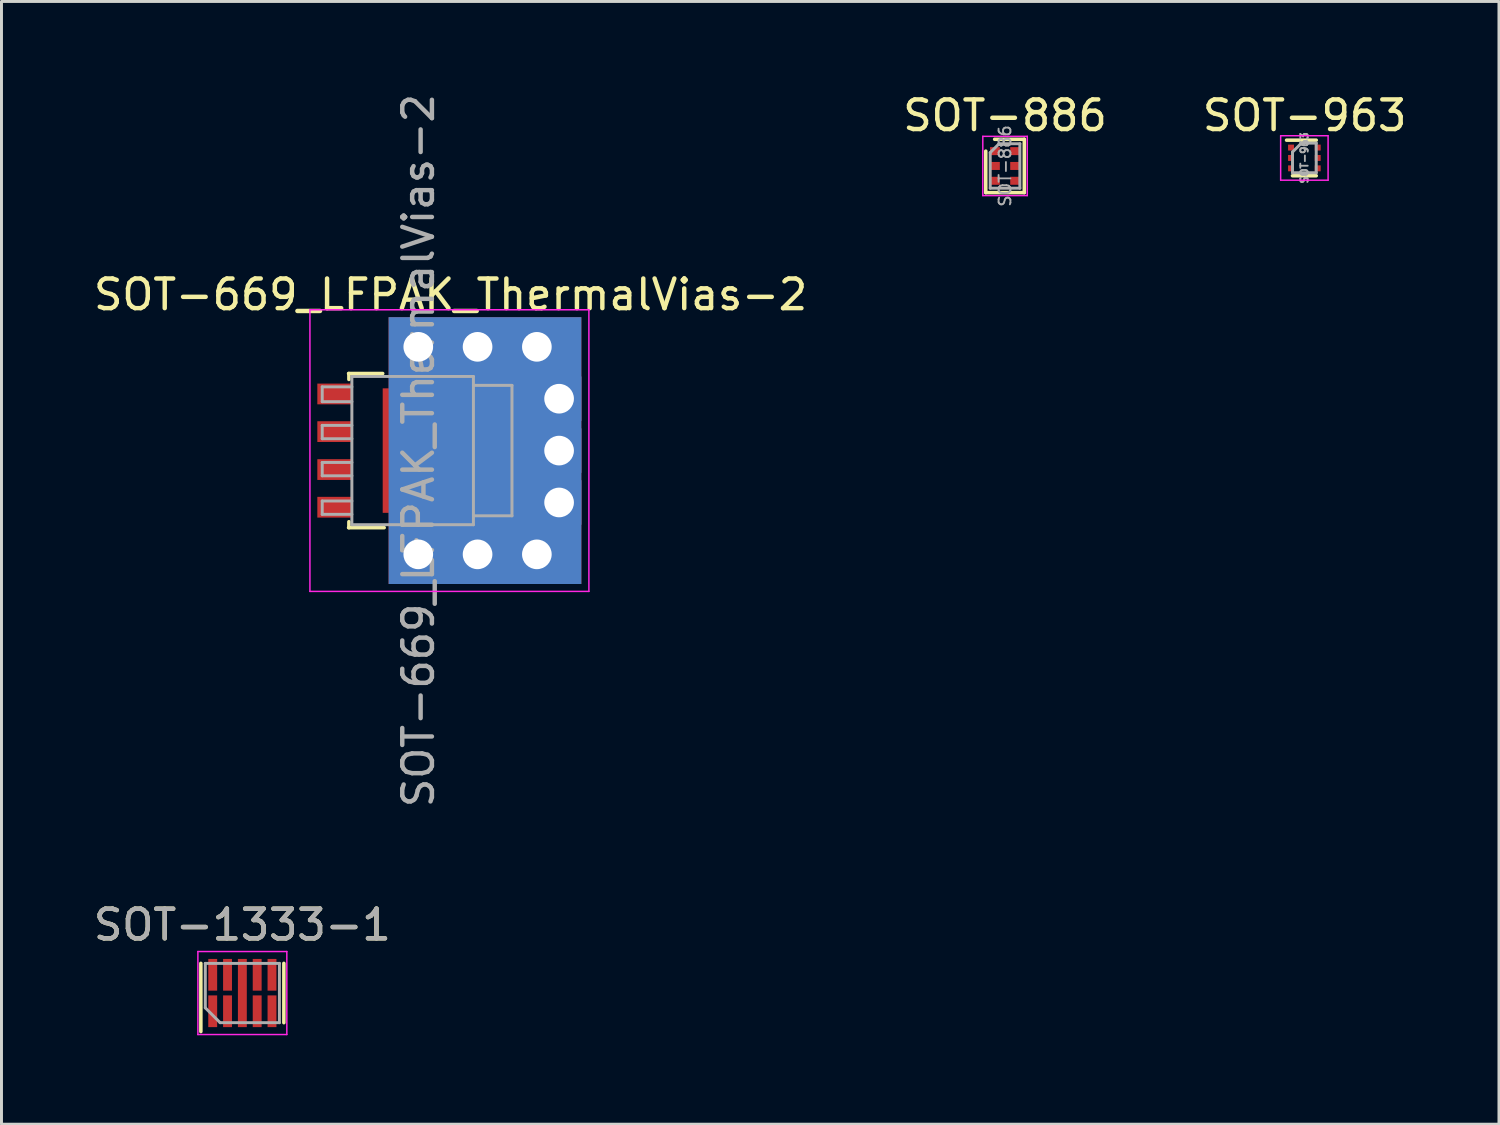
<source format=kicad_pcb>
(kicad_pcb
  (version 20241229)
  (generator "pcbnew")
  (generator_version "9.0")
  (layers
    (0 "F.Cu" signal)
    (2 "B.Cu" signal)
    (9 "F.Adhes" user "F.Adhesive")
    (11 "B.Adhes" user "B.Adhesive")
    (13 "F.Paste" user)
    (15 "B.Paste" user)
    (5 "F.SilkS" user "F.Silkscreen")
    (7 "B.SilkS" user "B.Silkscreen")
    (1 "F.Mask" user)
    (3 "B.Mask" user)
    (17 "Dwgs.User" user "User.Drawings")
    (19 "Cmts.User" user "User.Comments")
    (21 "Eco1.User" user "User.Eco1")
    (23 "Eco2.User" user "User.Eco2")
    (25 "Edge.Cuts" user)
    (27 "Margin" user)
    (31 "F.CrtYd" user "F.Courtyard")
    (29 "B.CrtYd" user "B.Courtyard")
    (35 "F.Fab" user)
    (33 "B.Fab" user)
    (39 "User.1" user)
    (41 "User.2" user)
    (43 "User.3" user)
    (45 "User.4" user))
  (footprint "SOT-886"
    (layer "F.Cu")
    (at 30.851 2.548)
    (property "Reference" "SOT-886" (at 0 -1.7 180) (layer "F.SilkS") (effects (font (size 1 1) (thickness 0.15))))
    (attr smd)
    (fp_line (start -0.65 -0.5) (end -0.65 0.9) (stroke (width 0.12) (type solid)) (layer "F.SilkS"))
    (fp_line (start -0.65 0.9) (end 0.65 0.9) (stroke (width 0.12) (type solid)) (layer "F.SilkS"))
    (fp_line (start 0.65 -0.9) (end -0.35 -0.9) (stroke (width 0.12) (type solid)) (layer "F.SilkS"))
    (fp_line (start 0.65 0.9) (end 0.65 -0.9) (stroke (width 0.12) (type solid)) (layer "F.SilkS"))
    (fp_line (start -0.75 -1) (end -0.75 1) (stroke (width 0.05) (type solid)) (layer "F.CrtYd"))
    (fp_line (start -0.75 -1) (end 0.75 -1) (stroke (width 0.05) (type solid)) (layer "F.CrtYd"))
    (fp_line (start 0.75 1) (end -0.75 1) (stroke (width 0.05) (type solid)) (layer "F.CrtYd"))
    (fp_line (start 0.75 1) (end 0.75 -1) (stroke (width 0.05) (type solid)) (layer "F.CrtYd"))
    (fp_line (start -0.5 -0.45) (end -0.5 0.75) (stroke (width 0.1) (type solid)) (layer "F.Fab"))
    (fp_line (start -0.5 0.75) (end 0.5 0.75) (stroke (width 0.1) (type solid)) (layer "F.Fab"))
    (fp_line (start -0.2 -0.75) (end -0.5 -0.45) (stroke (width 0.1) (type solid)) (layer "F.Fab"))
    (fp_line (start 0.5 -0.75) (end -0.2 -0.75) (stroke (width 0.1) (type solid)) (layer "F.Fab"))
    (fp_line (start 0.5 0.75) (end 0.5 -0.75) (stroke (width 0.1) (type solid)) (layer "F.Fab"))
    (fp_text user "${REFERENCE}" (at 0 0 90) (layer "F.Fab") (effects (font (size 0.4 0.4) (thickness 0.062))))
    (pad "1" smd rect (at -0.34 -0.5) (size 0.33 0.27) (layers "F.Cu" "F.Mask" "F.Paste"))
    (pad "2" smd rect (at -0.34 0) (size 0.33 0.27) (layers "F.Cu" "F.Mask" "F.Paste"))
    (pad "3" smd rect (at -0.34 0.5) (size 0.33 0.27) (layers "F.Cu" "F.Mask" "F.Paste"))
    (pad "4" smd rect (at 0.34 0.5) (size 0.33 0.27) (layers "F.Cu" "F.Mask" "F.Paste"))
    (pad "5" smd rect (at 0.34 0) (size 0.33 0.27) (layers "F.Cu" "F.Mask" "F.Paste"))
    (pad "6" smd rect (at 0.34 -0.5) (size 0.33 0.27) (layers "F.Cu" "F.Mask" "F.Paste")))
  (footprint "SOT-669_LFPAK_ThermalVias-2"
    (layer "F.Cu")
    (at 11.064 12.149)
    (property "Reference" "SOT-669_LFPAK_ThermalVias-2" (at 1.085 -5.26 0) (layer "F.SilkS") (effects (font (size 1 1) (thickness 0.15))))
    (attr smd)
    (fp_line (start -2.355 -2.6) (end -1.205 -2.6) (stroke (width 0.12) (type solid)) (layer "F.SilkS"))
    (fp_line (start -2.355 2.6) (end -1.155 2.6) (stroke (width 0.12) (type solid)) (layer "F.SilkS"))
    (fp_line (start -2.345 -2.6) (end -2.345 -2.4) (stroke (width 0.12) (type solid)) (layer "F.SilkS"))
    (fp_line (start -2.345 2.4) (end -2.345 2.6) (stroke (width 0.12) (type solid)) (layer "F.SilkS"))
    (fp_line (start -3.66 4.75) (end -3.66 -4.75) (stroke (width 0.05) (type solid)) (layer "F.CrtYd"))
    (fp_line (start -3.66 4.75) (end 5.75 4.75) (stroke (width 0.05) (type solid)) (layer "F.CrtYd"))
    (fp_line (start 5.75 -4.75) (end -3.66 -4.75) (stroke (width 0.05) (type solid)) (layer "F.CrtYd"))
    (fp_line (start 5.75 -4.75) (end 5.75 4.75) (stroke (width 0.05) (type solid)) (layer "F.CrtYd"))
    (fp_line (start -3.245 -2.15) (end -3.245 -1.65) (stroke (width 0.1) (type solid)) (layer "F.Fab"))
    (fp_line (start -3.245 -2.15) (end -2.245 -2.15) (stroke (width 0.1) (type solid)) (layer "F.Fab"))
    (fp_line (start -3.245 -1.65) (end -2.245 -1.65) (stroke (width 0.1) (type solid)) (layer "F.Fab"))
    (fp_line (start -3.245 -0.85) (end -3.245 -0.4) (stroke (width 0.1) (type solid)) (layer "F.Fab"))
    (fp_line (start -3.245 -0.4) (end -2.245 -0.4) (stroke (width 0.1) (type solid)) (layer "F.Fab"))
    (fp_line (start -3.245 0.4) (end -3.245 0.85) (stroke (width 0.1) (type solid)) (layer "F.Fab"))
    (fp_line (start -3.245 0.85) (end -2.245 0.85) (stroke (width 0.1) (type solid)) (layer "F.Fab"))
    (fp_line (start -3.245 1.7) (end -3.245 2.15) (stroke (width 0.1) (type solid)) (layer "F.Fab"))
    (fp_line (start -3.245 2.15) (end -2.245 2.15) (stroke (width 0.1) (type solid)) (layer "F.Fab"))
    (fp_line (start -2.245 -2.5) (end -2.245 2.5) (stroke (width 0.1) (type solid)) (layer "F.Fab"))
    (fp_line (start -2.245 -0.85) (end -3.245 -0.85) (stroke (width 0.1) (type solid)) (layer "F.Fab"))
    (fp_line (start -2.245 0.4) (end -3.245 0.4) (stroke (width 0.1) (type solid)) (layer "F.Fab"))
    (fp_line (start -2.245 1.7) (end -3.245 1.7) (stroke (width 0.1) (type solid)) (layer "F.Fab"))
    (fp_line (start -2.245 2.5) (end 1.855 2.5) (stroke (width 0.1) (type solid)) (layer "F.Fab"))
    (fp_line (start 1.855 -2.5) (end -2.245 -2.5) (stroke (width 0.1) (type solid)) (layer "F.Fab"))
    (fp_line (start 1.855 2.5) (end 1.855 -2.5) (stroke (width 0.1) (type solid)) (layer "F.Fab"))
    (fp_line (start 3.155 -2.2) (end 1.855 -2.2) (stroke (width 0.1) (type solid)) (layer "F.Fab"))
    (fp_line (start 3.155 -2.2) (end 3.155 2.2) (stroke (width 0.1) (type solid)) (layer "F.Fab"))
    (fp_line (start 3.155 2.2) (end 1.855 2.2) (stroke (width 0.1) (type solid)) (layer "F.Fab"))
    (fp_text user "${REFERENCE}" (at 0 0 90) (layer "F.Fab") (effects (font (size 1 1) (thickness 0.15))))
    (pad "1" smd rect (at -2.835 -1.91 270) (size 0.7 1.15) (layers "F.Cu" "F.Mask" "F.Paste"))
    (pad "2" smd rect (at -2.835 -0.64 270) (size 0.7 1.15) (layers "F.Cu" "F.Mask" "F.Paste"))
    (pad "3" smd rect (at -2.835 0.64 270) (size 0.7 1.15) (layers "F.Cu" "F.Mask" "F.Paste"))
    (pad "4" smd rect (at -2.835 1.91 270) (size 0.7 1.15) (layers "F.Cu" "F.Mask" "F.Paste"))
    (pad "5" smd rect (at -0.655 -1.15) (size 0.6 0.9) (layers "F.Cu" "F.Mask" "F.Paste"))
    (pad "5" smd rect (at -0.655 0) (size 0.6 0.9) (layers "F.Cu" "F.Mask" "F.Paste"))
    (pad "5" smd rect (at -0.655 1.15) (size 0.6 0.9) (layers "F.Cu" "F.Mask" "F.Paste"))
    (pad "5" thru_hole rect (at -0.005 -3.5 270) (size 1.5 1.5) (drill 1) (layers "*.Cu" "*.Mask"))
    (pad "5" thru_hole rect (at -0.005 3.5 270) (size 1.5 1.5) (drill 1) (layers "*.Cu" "*.Mask"))
    (pad "5" smd rect (at 0.195 -1.15) (size 0.6 0.9) (layers "F.Cu" "F.Mask" "F.Paste"))
    (pad "5" smd rect (at 0.195 0) (size 0.6 0.9) (layers "F.Cu" "F.Mask" "F.Paste"))
    (pad "5" smd rect (at 0.195 1.15) (size 0.6 0.9) (layers "F.Cu" "F.Mask" "F.Paste"))
    (pad "5" smd rect (at 0.445 0 270) (size 4.2 3.3) (layers "F.Cu" "F.Mask" "F.Paste"))
    (pad "5" smd rect (at 1.045 -1.15) (size 0.6 0.9) (layers "F.Cu" "F.Mask" "F.Paste"))
    (pad "5" smd rect (at 1.045 0) (size 0.6 0.9) (layers "F.Cu" "F.Mask" "F.Paste"))
    (pad "5" smd rect (at 1.045 1.15) (size 0.6 0.9) (layers "F.Cu" "F.Mask" "F.Paste"))
    (pad "5" thru_hole rect (at 1.995 -3.5 270) (size 1.5 1.5) (drill 1) (layers "*.Cu" "*.Mask"))
    (pad "5" thru_hole rect (at 1.995 3.5 270) (size 1.5 1.5) (drill 1) (layers "*.Cu" "*.Mask"))
    (pad "5" smd rect (at 2.245 0 270) (size 9 6.5) (layers "F.Cu" "F.Mask" "F.Paste"))
    (pad "5" smd rect (at 2.245 0 270) (size 9 6.5) (layers "B.Cu" "B.Mask" "B.Paste"))
    (pad "5" smd rect (at 2.645 0 270) (size 4.7 1.55) (layers "F.Cu" "F.Mask" "F.Paste"))
    (pad "5" smd rect (at 2.895 -1.88 270) (size 0.6 0.9) (layers "F.Cu" "F.Mask" "F.Paste"))
    (pad "5" smd rect (at 2.895 -0.6 270) (size 0.6 0.9) (layers "F.Cu" "F.Mask" "F.Paste"))
    (pad "5" smd rect (at 2.895 0.6 270) (size 0.6 0.9) (layers "F.Cu" "F.Mask" "F.Paste"))
    (pad "5" smd rect (at 2.895 1.88 270) (size 0.6 0.9) (layers "F.Cu" "F.Mask" "F.Paste"))
    (pad "5" thru_hole rect (at 3.995 -3.5 270) (size 1.5 1.5) (drill 1) (layers "*.Cu" "*.Mask"))
    (pad "5" thru_hole rect (at 3.995 3.5 270) (size 1.5 1.5) (drill 1) (layers "*.Cu" "*.Mask"))
    (pad "5" thru_hole rect (at 4.745 -1.75 270) (size 1.5 1.5) (drill 1) (layers "*.Cu" "*.Mask"))
    (pad "5" thru_hole rect (at 4.745 0 270) (size 1.5 1.5) (drill 1) (layers "*.Cu" "*.Mask"))
    (pad "5" thru_hole rect (at 4.745 1.75 270) (size 1.5 1.5) (drill 1) (layers "*.Cu" "*.Mask")))
  (footprint "SOT-1333-1"
    (layer "F.Cu")
    (at 5.125 30.446)
    (property "Reference" "SOT-1333-1" (at 0 -2.3 0) (layer "F.SilkS") (effects (font (size 1 1) (thickness 0.15))))
    (attr smd)
    (fp_line (start -1.4 -1) (end -1.4 1.3) (stroke (width 0.12) (type solid)) (layer "F.SilkS"))
    (fp_line (start 1.4 -1) (end 1.4 1) (stroke (width 0.12) (type solid)) (layer "F.SilkS"))
    (fp_line (start -1.5 -1.4) (end 1.5 -1.4) (stroke (width 0.05) (type solid)) (layer "F.CrtYd"))
    (fp_line (start -1.5 1.4) (end -1.5 -1.4) (stroke (width 0.05) (type solid)) (layer "F.CrtYd"))
    (fp_line (start 1.5 -1.4) (end 1.5 1.4) (stroke (width 0.05) (type solid)) (layer "F.CrtYd"))
    (fp_line (start 1.5 1.4) (end -1.5 1.4) (stroke (width 0.05) (type solid)) (layer "F.CrtYd"))
    (fp_line (start -1.25 -1) (end 1.25 -1) (stroke (width 0.1) (type solid)) (layer "F.Fab"))
    (fp_line (start -1.25 0.5) (end -1.25 -1) (stroke (width 0.1) (type solid)) (layer "F.Fab"))
    (fp_line (start -0.75 1) (end -1.25 0.5) (stroke (width 0.1) (type solid)) (layer "F.Fab"))
    (fp_line (start 1.25 -1) (end 1.25 1) (stroke (width 0.1) (type solid)) (layer "F.Fab"))
    (fp_line (start 1.25 1) (end -0.75 1) (stroke (width 0.1) (type solid)) (layer "F.Fab"))
    (fp_text user "${REFERENCE}" (at 0 -2.3 0) (layer "F.Fab") (effects (font (size 1 1) (thickness 0.15))))
    (pad "1" smd rect (at -1 0.615) (size 0.3 1.07) (layers "F.Cu" "F.Mask" "F.Paste"))
    (pad "2" smd rect (at -0.5 0.615) (size 0.3 1.07) (layers "F.Cu" "F.Mask" "F.Paste"))
    (pad "3" smd rect (at 0 0) (size 0.3 2.3) (layers "F.Cu" "F.Mask" "F.Paste"))
    (pad "4" smd rect (at 0.5 0.615) (size 0.3 1.07) (layers "F.Cu" "F.Mask" "F.Paste"))
    (pad "5" smd rect (at 1 0.615) (size 0.3 1.07) (layers "F.Cu" "F.Mask" "F.Paste"))
    (pad "6" smd rect (at 1 -0.615) (size 0.3 1.07) (layers "F.Cu" "F.Mask" "F.Paste"))
    (pad "7" smd rect (at 0.5 -0.615) (size 0.3 1.07) (layers "F.Cu" "F.Mask" "F.Paste"))
    (pad "8" smd rect (at -0.5 -0.615) (size 0.3 1.07) (layers "F.Cu" "F.Mask" "F.Paste"))
    (pad "9" smd rect (at -1 -0.615) (size 0.3 1.07) (layers "F.Cu" "F.Mask" "F.Paste")))
  (footprint "SOT-963"
    (layer "F.Cu")
    (at 40.948 2.278)
    (property "Reference" "SOT-963" (at 0.01 -1.43 0) (layer "F.SilkS") (effects (font (size 1 1) (thickness 0.15))))
    (attr smd)
    (fp_line (start 0.4 -0.6) (end -0.6 -0.6) (stroke (width 0.12) (type solid)) (layer "F.SilkS"))
    (fp_line (start 0.4 0.6) (end -0.4 0.6) (stroke (width 0.12) (type solid)) (layer "F.SilkS"))
    (fp_line (start -0.8 -0.75) (end 0.8 -0.75) (stroke (width 0.05) (type solid)) (layer "F.CrtYd"))
    (fp_line (start -0.8 0.75) (end -0.8 -0.75) (stroke (width 0.05) (type solid)) (layer "F.CrtYd"))
    (fp_line (start 0.8 -0.75) (end 0.8 0.75) (stroke (width 0.05) (type solid)) (layer "F.CrtYd"))
    (fp_line (start 0.8 0.75) (end -0.8 0.75) (stroke (width 0.05) (type solid)) (layer "F.CrtYd"))
    (fp_line (start -0.4 -0.2) (end -0.1 -0.5) (stroke (width 0.1) (type solid)) (layer "F.Fab"))
    (fp_line (start -0.4 0.5) (end -0.4 -0.2) (stroke (width 0.1) (type solid)) (layer "F.Fab"))
    (fp_line (start -0.1 -0.5) (end 0.4 -0.5) (stroke (width 0.1) (type solid)) (layer "F.Fab"))
    (fp_line (start 0.4 -0.5) (end 0.4 0.5) (stroke (width 0.1) (type solid)) (layer "F.Fab"))
    (fp_line (start 0.4 0.5) (end -0.4 0.5) (stroke (width 0.1) (type solid)) (layer "F.Fab"))
    (fp_text user "${REFERENCE}" (at 0 0 90) (layer "F.Fab") (effects (font (size 0.25 0.25) (thickness 0.062))))
    (pad "1" smd rect (at -0.45 -0.35) (size 0.2 0.2) (layers "F.Cu" "F.Mask" "F.Paste"))
    (pad "2" smd rect (at -0.45 0) (size 0.2 0.2) (layers "F.Cu" "F.Mask" "F.Paste"))
    (pad "3" smd rect (at -0.45 0.35) (size 0.2 0.2) (layers "F.Cu" "F.Mask" "F.Paste"))
    (pad "4" smd rect (at 0.45 0.35) (size 0.2 0.2) (layers "F.Cu" "F.Mask" "F.Paste"))
    (pad "5" smd rect (at 0.45 0) (size 0.2 0.2) (layers "F.Cu" "F.Mask" "F.Paste"))
    (pad "6" smd rect (at 0.45 -0.35) (size 0.2 0.2) (layers "F.Cu" "F.Mask" "F.Paste")))
  (gr_rect
    (start -3 -3)
    (end 47.512 34.871)
    (stroke (width 0.1) (type default))
    (fill no)
    (layer "Edge.Cuts")))
</source>
